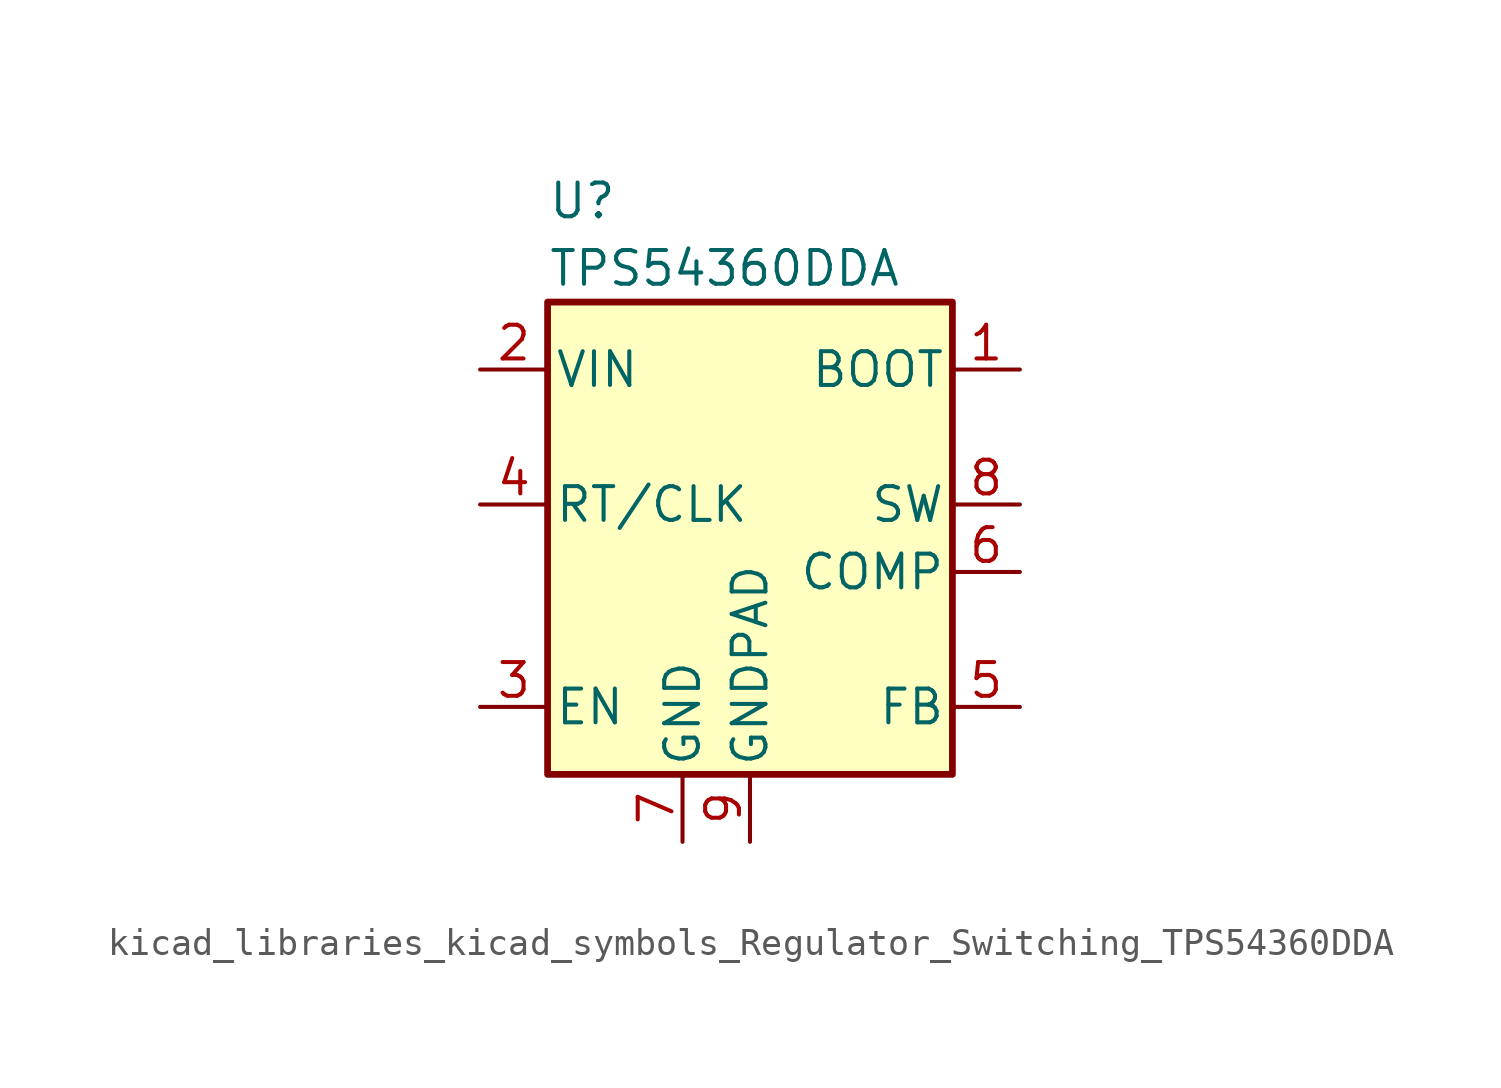
<source format=kicad_sym>
(kicad_symbol_lib
  (version 20220914)
  (generator kicad_symbol_editor)
  (symbol "kicad_libraries_kicad_symbols_Regulator_Switching_TPS54360DDA"
    (pin_names
      (offset 0.254))
    (property "Reference" "U"
      (at -7.62 11.43 0)
      (effects (font (size 1.27 1.27)) (justify left)))
    (property "Value" "TPS54360DDA"
      (at -7.62 8.89 0)
      (effects (font (size 1.27 1.27)) (justify left)))
    (symbol "kicad_libraries_kicad_symbols_Regulator_Switching_TPS54360DDA_0_1"
      (rectangle (start -7.62 7.62) (end 7.62 -10.16) (stroke (width 0.254) (type default)) (fill (type background))))
    (symbol "kicad_libraries_kicad_symbols_Regulator_Switching_TPS54360DDA_1_1"
      (pin input line (at 10.16 5.08 180) (length 2.54) (name "BOOT" (effects (font (size 1.27 1.27)))) (number "1" (effects (font (size 1.27 1.27)))))
      (pin power_in line (at -10.16 5.08 0) (length 2.54) (name "VIN" (effects (font (size 1.27 1.27)))) (number "2" (effects (font (size 1.27 1.27)))))
      (pin input line (at -10.16 -7.62 0) (length 2.54) (name "EN" (effects (font (size 1.27 1.27)))) (number "3" (effects (font (size 1.27 1.27)))))
      (pin input line (at -10.16 0 0) (length 2.54) (name "RT/CLK" (effects (font (size 1.27 1.27)))) (number "4" (effects (font (size 1.27 1.27)))))
      (pin input line (at 10.16 -7.62 180) (length 2.54) (name "FB" (effects (font (size 1.27 1.27)))) (number "5" (effects (font (size 1.27 1.27)))))
      (pin passive line (at 10.16 -2.54 180) (length 2.54) (name "COMP" (effects (font (size 1.27 1.27)))) (number "6" (effects (font (size 1.27 1.27)))))
      (pin power_in line (at -2.54 -12.7 90) (length 2.54) (name "GND" (effects (font (size 1.27 1.27)))) (number "7" (effects (font (size 1.27 1.27)))))
      (pin output line (at 10.16 0 180) (length 2.54) (name "SW" (effects (font (size 1.27 1.27)))) (number "8" (effects (font (size 1.27 1.27)))))
      (pin power_in line (at 0 -12.7 90) (length 2.54) (name "GNDPAD" (effects (font (size 1.27 1.27)))) (number "9" (effects (font (size 1.27 1.27))))))))
</source>
